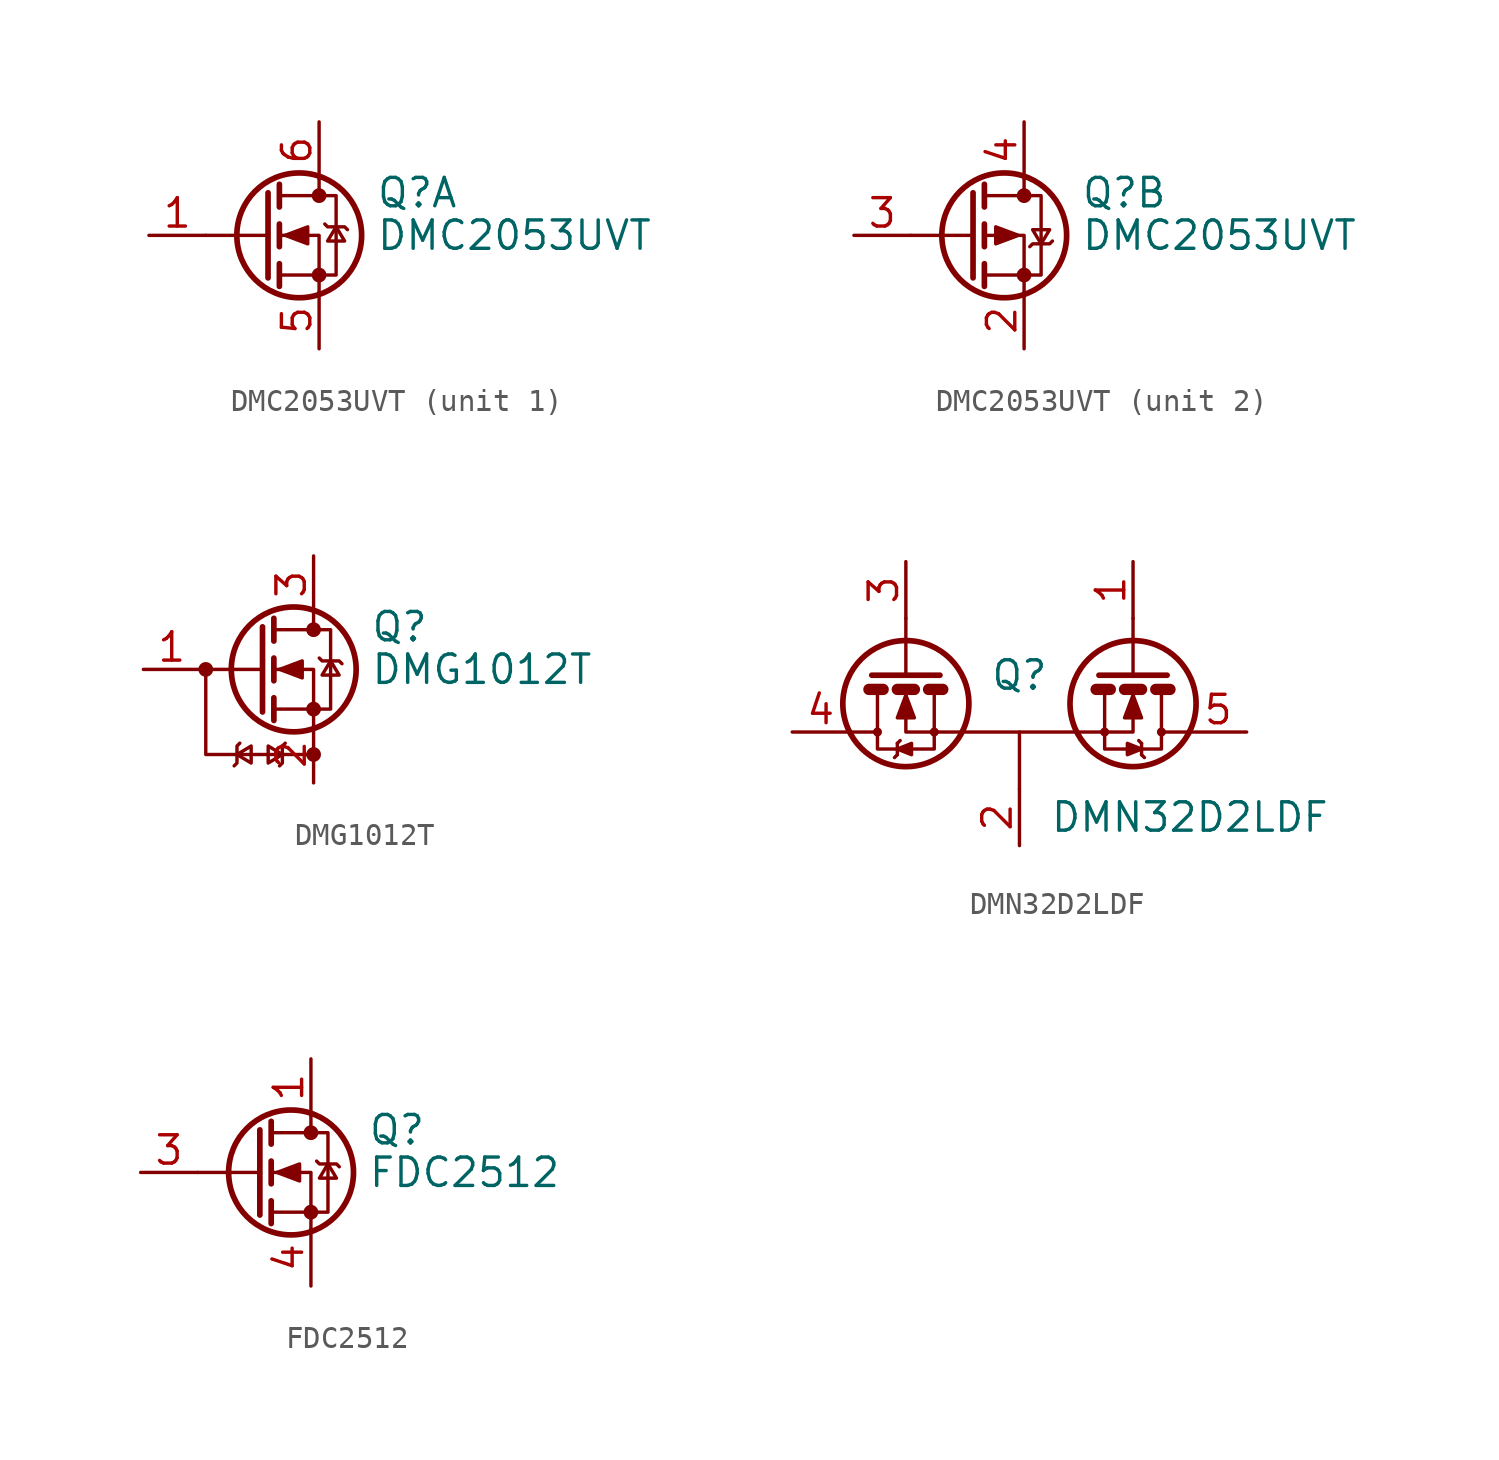
<source format=kicad_sym>
(kicad_symbol_lib
  (version 20241209)
  (generator "kicad_symbol_editor")
  (generator_version "9.0")
  (symbol "DMC2053UVT"
    (pin_names
      (hide yes))
    (property "Reference" "Q"
      (at 2.54 1.905 0)
      (effects (font (size 1.27 1.27)) (justify left)))
    (property "Value" "DMC2053UVT"
      (at 2.54 0 0)
      (effects (font (size 1.27 1.27)) (justify left)))
    (symbol "DMC2053UVT_0_1"
      (polyline (pts (xy -2.286 1.905) (xy -2.286 -1.905)) (stroke (width 0.254) (type default)) (fill (type none)))
      (polyline (pts (xy -2.286 0) (xy -5.08 0)) (stroke (width 0) (type default)) (fill (type none)))
      (polyline (pts (xy -1.778 2.286) (xy -1.778 1.27)) (stroke (width 0.254) (type default)) (fill (type none)))
      (polyline (pts (xy -1.778 0.508) (xy -1.778 -0.508)) (stroke (width 0.254) (type default)) (fill (type none)))
      (polyline (pts (xy -1.778 -1.27) (xy -1.778 -2.286)) (stroke (width 0.254) (type default)) (fill (type none)))
      (polyline (pts (xy -1.778 -1.778) (xy 0.762 -1.778) (xy 0.762 1.778) (xy -1.778 1.778)) (stroke (width 0) (type default)) (fill (type none)))
      (circle (center -0.889 0) (radius 2.794) (stroke (width 0.254) (type default)) (fill (type none)))
      (polyline (pts (xy 0 2.54) (xy 0 1.778)) (stroke (width 0) (type default)) (fill (type none)))
      (circle (center 0 1.778) (radius 0.254) (stroke (width 0) (type default)) (fill (type outline)))
      (circle (center 0 -1.778) (radius 0.254) (stroke (width 0) (type default)) (fill (type outline)))
      (polyline (pts (xy 0 -2.54) (xy 0 0) (xy -1.778 0)) (stroke (width 0) (type default)) (fill (type none))))
    (symbol "DMC2053UVT_1_1"
      (polyline (pts (xy -1.524 0) (xy -0.508 0.381) (xy -0.508 -0.381) (xy -1.524 0)) (stroke (width 0) (type default)) (fill (type outline)))
      (polyline (pts (xy 0.254 0.508) (xy 0.381 0.381) (xy 1.143 0.381) (xy 1.27 0.254)) (stroke (width 0) (type default)) (fill (type none)))
      (polyline (pts (xy 0.762 0.381) (xy 0.381 -0.254) (xy 1.143 -0.254) (xy 0.762 0.381)) (stroke (width 0) (type default)) (fill (type none)))
      (pin passive line (at -7.62 0 0) (length 2.54) (name "G" (effects (font (size 1.27 1.27)))) (number "1" (effects (font (size 1.27 1.27)))))
      (pin passive line (at 0 5.08 270) (length 2.54) (name "D" (effects (font (size 1.27 1.27)))) (number "6" (effects (font (size 1.27 1.27)))))
      (pin passive line (at 0 -5.08 90) (length 2.54) (name "S" (effects (font (size 1.27 1.27)))) (number "5" (effects (font (size 1.27 1.27))))))
    (symbol "DMC2053UVT_2_1"
      (polyline (pts (xy -0.254 0) (xy -1.27 0.381) (xy -1.27 -0.381) (xy -0.254 0)) (stroke (width 0) (type default)) (fill (type outline)))
      (polyline (pts (xy 0.254 -0.508) (xy 0.381 -0.381) (xy 1.143 -0.381) (xy 1.27 -0.254)) (stroke (width 0) (type default)) (fill (type none)))
      (polyline (pts (xy 0.762 -0.381) (xy 0.381 0.254) (xy 1.143 0.254) (xy 0.762 -0.381)) (stroke (width 0) (type default)) (fill (type none)))
      (pin passive line (at -7.62 0 0) (length 2.54) (name "G" (effects (font (size 1.27 1.27)))) (number "3" (effects (font (size 1.27 1.27)))))
      (pin passive line (at 0 5.08 270) (length 2.54) (name "D" (effects (font (size 1.27 1.27)))) (number "4" (effects (font (size 1.27 1.27)))))
      (pin passive line (at 0 -5.08 90) (length 2.54) (name "S" (effects (font (size 1.27 1.27)))) (number "2" (effects (font (size 1.27 1.27)))))))
  (symbol "DMG1012T"
    (pin_names
      (offset 0)
      (hide yes))
    (property "Reference" "Q"
      (at 5.08 1.905 0)
      (effects (font (size 1.27 1.27)) (justify left)))
    (property "Value" "DMG1012T"
      (at 5.08 0 0)
      (effects (font (size 1.27 1.27)) (justify left)))
    (symbol "DMG1012T_0_1"
      (polyline (pts (xy 2.54 -3.81) (xy -2.286 -3.81) (xy -2.286 0)) (stroke (width 0) (type default)) (fill (type none))))
    (symbol "DMG1012T_1_1"
      (circle (center -2.286 0) (radius 0.254) (stroke (width 0) (type default)) (fill (type outline)))
      (polyline (pts (xy -1.016 -4.318) (xy -0.889 -4.191) (xy -0.889 -3.429) (xy -0.762 -3.302)) (stroke (width 0) (type default)) (fill (type none)))
      (polyline (pts (xy -0.889 -3.81) (xy -0.254 -4.191) (xy -0.254 -3.429) (xy -0.889 -3.81)) (stroke (width 0) (type default)) (fill (type none)))
      (polyline (pts (xy 0.254 1.905) (xy 0.254 -1.905)) (stroke (width 0.254) (type default)) (fill (type none)))
      (polyline (pts (xy 0.254 0) (xy -2.54 0)) (stroke (width 0) (type default)) (fill (type none)))
      (polyline (pts (xy 0.762 2.286) (xy 0.762 1.27)) (stroke (width 0.254) (type default)) (fill (type none)))
      (polyline (pts (xy 0.762 0.508) (xy 0.762 -0.508)) (stroke (width 0.254) (type default)) (fill (type none)))
      (polyline (pts (xy 0.762 -1.27) (xy 0.762 -2.286)) (stroke (width 0.254) (type default)) (fill (type none)))
      (polyline (pts (xy 0.762 -1.778) (xy 3.302 -1.778) (xy 3.302 1.778) (xy 0.762 1.778)) (stroke (width 0) (type default)) (fill (type none)))
      (polyline (pts (xy 1.016 0) (xy 2.032 0.381) (xy 2.032 -0.381) (xy 1.016 0)) (stroke (width 0) (type default)) (fill (type outline)))
      (polyline (pts (xy 1.143 -3.81) (xy 0.508 -3.429) (xy 0.508 -4.191) (xy 1.143 -3.81)) (stroke (width 0) (type default)) (fill (type none)))
      (polyline (pts (xy 1.27 -3.302) (xy 1.143 -3.429) (xy 1.143 -4.191) (xy 1.016 -4.318)) (stroke (width 0) (type default)) (fill (type none)))
      (circle (center 1.651 0) (radius 2.794) (stroke (width 0.254) (type default)) (fill (type none)))
      (polyline (pts (xy 2.54 2.54) (xy 2.54 1.778)) (stroke (width 0) (type default)) (fill (type none)))
      (circle (center 2.54 1.778) (radius 0.254) (stroke (width 0) (type default)) (fill (type outline)))
      (circle (center 2.54 -1.778) (radius 0.254) (stroke (width 0) (type default)) (fill (type outline)))
      (polyline (pts (xy 2.54 -2.54) (xy 2.54 0) (xy 0.762 0)) (stroke (width 0) (type default)) (fill (type none)))
      (circle (center 2.54 -3.81) (radius 0.254) (stroke (width 0) (type default)) (fill (type outline)))
      (polyline (pts (xy 2.794 0.508) (xy 2.921 0.381) (xy 3.683 0.381) (xy 3.81 0.254)) (stroke (width 0) (type default)) (fill (type none)))
      (polyline (pts (xy 3.302 0.381) (xy 2.921 -0.254) (xy 3.683 -0.254) (xy 3.302 0.381)) (stroke (width 0) (type default)) (fill (type none)))
      (pin input line (at -5.08 0 0) (length 2.54) (name "G" (effects (font (size 1.27 1.27)))) (number "1" (effects (font (size 1.27 1.27)))))
      (pin passive line (at 2.54 5.08 270) (length 2.54) (name "D" (effects (font (size 1.27 1.27)))) (number "3" (effects (font (size 1.27 1.27)))))
      (pin passive line (at 2.54 -5.08 90) (length 2.54) (name "S" (effects (font (size 1.27 1.27)))) (number "2" (effects (font (size 1.27 1.27)))))))
  (symbol "DMN32D2LDF"
    (pin_names
      (hide yes))
    (property "Reference" "Q"
      (at 0 2.54 0)
      (effects (font (size 1.27 1.27))))
    (property "Value" "DMN32D2LDF"
      (at 7.62 -3.81 0)
      (effects (font (size 1.27 1.27))))
    (symbol "DMN32D2LDF_0_1"
      (polyline (pts (xy -2.54 0) (xy 2.54 0)) (stroke (width 0) (type default)) (fill (type none)))
      (polyline (pts (xy 0 -2.54) (xy 0 0)) (stroke (width 0) (type default)) (fill (type none))))
    (symbol "DMN32D2LDF_1_1"
      (polyline (pts (xy -6.731 1.905) (xy -6.096 1.905)) (stroke (width 0.508) (type default)) (fill (type none)))
      (polyline (pts (xy -6.604 2.54) (xy -3.556 2.54) (xy -3.556 2.54)) (stroke (width 0.254) (type default)) (fill (type none)))
      (polyline (pts (xy -6.35 1.778) (xy -6.35 0) (xy -7.62 0) (xy -7.62 0)) (stroke (width 0) (type default)) (fill (type none)))
      (circle (center -6.35 0) (radius 0.127) (stroke (width 0) (type default)) (fill (type none)))
      (polyline (pts (xy -6.35 0) (xy -6.35 -0.762) (xy -3.81 -0.762) (xy -3.81 0)) (stroke (width 0) (type default)) (fill (type none)))
      (polyline (pts (xy -5.461 1.905) (xy -4.699 1.905)) (stroke (width 0.508) (type default)) (fill (type none)))
      (polyline (pts (xy -5.461 -0.508) (xy -5.461 -1.016)) (stroke (width 0) (type default)) (fill (type none)))
      (polyline (pts (xy -5.461 -0.508) (xy -5.334 -0.381)) (stroke (width 0) (type default)) (fill (type none)))
      (polyline (pts (xy -5.461 -0.762) (xy -4.826 -0.508) (xy -4.826 -1.016) (xy -5.461 -0.762)) (stroke (width 0) (type default)) (fill (type outline)))
      (polyline (pts (xy -5.461 -1.016) (xy -5.588 -1.143)) (stroke (width 0) (type default)) (fill (type none)))
      (polyline (pts (xy -5.08 2.54) (xy -5.08 5.08)) (stroke (width 0) (type default)) (fill (type none)))
      (polyline (pts (xy -5.08 1.778) (xy -5.08 1.27) (xy -5.08 0) (xy -3.81 0) (xy -3.81 0)) (stroke (width 0) (type default)) (fill (type none)))
      (polyline (pts (xy -5.08 1.651) (xy -5.461 0.635) (xy -4.699 0.635) (xy -5.08 1.651) (xy -5.08 1.524) (xy -5.08 1.524)) (stroke (width 0) (type default)) (fill (type outline)))
      (circle (center -5.08 1.27) (radius 2.819) (stroke (width 0.254) (type default)) (fill (type none)))
      (polyline (pts (xy -4.064 1.905) (xy -3.429 1.905)) (stroke (width 0.508) (type default)) (fill (type none)))
      (polyline (pts (xy -3.81 1.778) (xy -3.81 0) (xy -2.54 0) (xy -2.54 0)) (stroke (width 0) (type default)) (fill (type none)))
      (circle (center -3.81 0) (radius 0.127) (stroke (width 0) (type default)) (fill (type none)))
      (polyline (pts (xy 3.81 1.778) (xy 3.81 0) (xy 2.54 0) (xy 2.54 0)) (stroke (width 0) (type default)) (fill (type none)))
      (circle (center 3.81 0) (radius 0.127) (stroke (width 0) (type default)) (fill (type none)))
      (polyline (pts (xy 4.064 1.905) (xy 3.429 1.905)) (stroke (width 0.508) (type default)) (fill (type none)))
      (polyline (pts (xy 5.08 2.54) (xy 5.08 5.08)) (stroke (width 0) (type default)) (fill (type none)))
      (polyline (pts (xy 5.08 1.778) (xy 5.08 1.27) (xy 5.08 0) (xy 3.81 0) (xy 3.81 0)) (stroke (width 0) (type default)) (fill (type none)))
      (polyline (pts (xy 5.08 1.651) (xy 5.461 0.635) (xy 4.699 0.635) (xy 5.08 1.651) (xy 5.08 1.524) (xy 5.08 1.524)) (stroke (width 0) (type default)) (fill (type outline)))
      (circle (center 5.08 1.27) (radius 2.819) (stroke (width 0.254) (type default)) (fill (type none)))
      (polyline (pts (xy 5.461 1.905) (xy 4.699 1.905)) (stroke (width 0.508) (type default)) (fill (type none)))
      (polyline (pts (xy 5.461 -0.508) (xy 5.334 -0.381)) (stroke (width 0) (type default)) (fill (type none)))
      (polyline (pts (xy 5.461 -0.508) (xy 5.461 -1.016)) (stroke (width 0) (type default)) (fill (type none)))
      (polyline (pts (xy 5.461 -0.762) (xy 4.826 -0.508) (xy 4.826 -1.016) (xy 5.461 -0.762)) (stroke (width 0) (type default)) (fill (type outline)))
      (polyline (pts (xy 5.461 -1.016) (xy 5.588 -1.143)) (stroke (width 0) (type default)) (fill (type none)))
      (polyline (pts (xy 6.35 1.778) (xy 6.35 0) (xy 7.62 0) (xy 7.62 0)) (stroke (width 0) (type default)) (fill (type none)))
      (polyline (pts (xy 6.35 0) (xy 6.35 -0.762) (xy 3.81 -0.762) (xy 3.81 0)) (stroke (width 0) (type default)) (fill (type none)))
      (circle (center 6.35 0) (radius 0.127) (stroke (width 0) (type default)) (fill (type none)))
      (polyline (pts (xy 6.604 2.54) (xy 3.556 2.54) (xy 3.556 2.54)) (stroke (width 0.254) (type default)) (fill (type none)))
      (polyline (pts (xy 6.731 1.905) (xy 6.096 1.905)) (stroke (width 0.508) (type default)) (fill (type none)))
      (pin passive line (at -10.16 0 0) (length 2.54) (name "D2" (effects (font (size 1.27 1.27)))) (number "4" (effects (font (size 1.27 1.27)))))
      (pin input line (at -5.08 7.62 270) (length 2.54) (name "G2" (effects (font (size 1.27 1.27)))) (number "3" (effects (font (size 1.27 1.27)))))
      (pin passive line (at 0 -5.08 90) (length 2.54) (name "S" (effects (font (size 1.27 1.27)))) (number "2" (effects (font (size 1.27 1.27)))))
      (pin input line (at 5.08 7.62 270) (length 2.54) (name "G1" (effects (font (size 1.27 1.27)))) (number "1" (effects (font (size 1.27 1.27)))))
      (pin passive line (at 10.16 0 180) (length 2.54) (name "D1" (effects (font (size 1.27 1.27)))) (number "5" (effects (font (size 1.27 1.27)))))))
  (symbol "FDC2512"
    (pin_names
      (hide yes))
    (property "Reference" "Q"
      (at 5.08 1.905 0)
      (effects (font (size 1.27 1.27)) (justify left)))
    (property "Value" "FDC2512"
      (at 5.08 0 0)
      (effects (font (size 1.27 1.27)) (justify left)))
    (symbol "FDC2512_0_1"
      (polyline (pts (xy 0.254 1.905) (xy 0.254 -1.905)) (stroke (width 0.254) (type default)) (fill (type none)))
      (polyline (pts (xy 0.254 0) (xy -2.54 0)) (stroke (width 0) (type default)) (fill (type none)))
      (polyline (pts (xy 0.762 2.286) (xy 0.762 1.27)) (stroke (width 0.254) (type default)) (fill (type none)))
      (polyline (pts (xy 0.762 0.508) (xy 0.762 -0.508)) (stroke (width 0.254) (type default)) (fill (type none)))
      (polyline (pts (xy 0.762 -1.27) (xy 0.762 -2.286)) (stroke (width 0.254) (type default)) (fill (type none)))
      (polyline (pts (xy 0.762 -1.778) (xy 3.302 -1.778) (xy 3.302 1.778) (xy 0.762 1.778)) (stroke (width 0) (type default)) (fill (type none)))
      (polyline (pts (xy 1.016 0) (xy 2.032 0.381) (xy 2.032 -0.381) (xy 1.016 0)) (stroke (width 0) (type default)) (fill (type outline)))
      (circle (center 1.651 0) (radius 2.794) (stroke (width 0.254) (type default)) (fill (type none)))
      (polyline (pts (xy 2.54 2.54) (xy 2.54 1.778)) (stroke (width 0) (type default)) (fill (type none)))
      (circle (center 2.54 1.778) (radius 0.254) (stroke (width 0) (type default)) (fill (type outline)))
      (circle (center 2.54 -1.778) (radius 0.254) (stroke (width 0) (type default)) (fill (type outline)))
      (polyline (pts (xy 2.54 -2.54) (xy 2.54 0) (xy 0.762 0)) (stroke (width 0) (type default)) (fill (type none)))
      (polyline (pts (xy 2.794 0.508) (xy 2.921 0.381) (xy 3.683 0.381) (xy 3.81 0.254)) (stroke (width 0) (type default)) (fill (type none)))
      (polyline (pts (xy 3.302 0.381) (xy 2.921 -0.254) (xy 3.683 -0.254) (xy 3.302 0.381)) (stroke (width 0) (type default)) (fill (type none))))
    (symbol "FDC2512_1_1"
      (pin passive line (at -5.08 0 0) (length 2.54) (name "G" (effects (font (size 1.27 1.27)))) (number "3" (effects (font (size 1.27 1.27)))))
      (pin passive line (at 2.54 5.08 270) (length 2.54) (name "D" (effects (font (size 1.27 1.27)))) (number "1" (effects (font (size 1.27 1.27)))))
      (pin passive line (at 2.54 5.08 270) (length 2.54) (hide yes) (name "D" (effects (font (size 1.27 1.27)))) (number "2" (effects (font (size 1.27 1.27)))))
      (pin passive line (at 2.54 5.08 270) (length 2.54) (hide yes) (name "D" (effects (font (size 1.27 1.27)))) (number "5" (effects (font (size 1.27 1.27)))))
      (pin passive line (at 2.54 5.08 270) (length 2.54) (hide yes) (name "D" (effects (font (size 1.27 1.27)))) (number "6" (effects (font (size 1.27 1.27)))))
      (pin passive line (at 2.54 -5.08 90) (length 2.54) (name "S" (effects (font (size 1.27 1.27)))) (number "4" (effects (font (size 1.27 1.27))))))))
</source>
